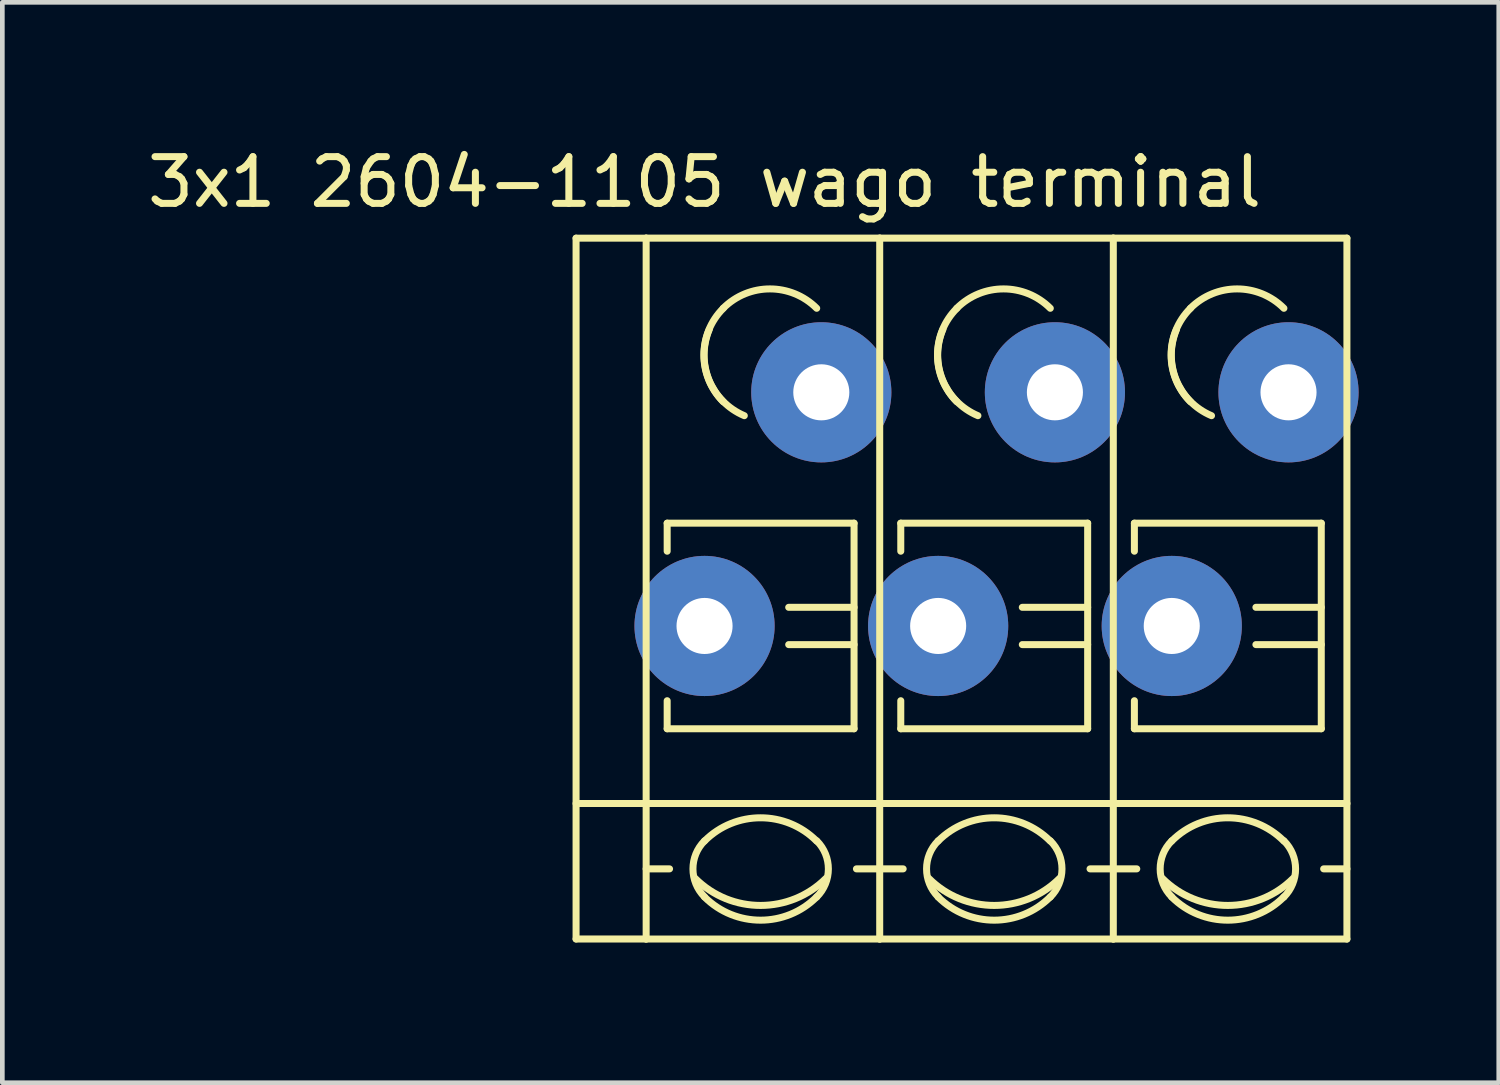
<source format=kicad_pcb>
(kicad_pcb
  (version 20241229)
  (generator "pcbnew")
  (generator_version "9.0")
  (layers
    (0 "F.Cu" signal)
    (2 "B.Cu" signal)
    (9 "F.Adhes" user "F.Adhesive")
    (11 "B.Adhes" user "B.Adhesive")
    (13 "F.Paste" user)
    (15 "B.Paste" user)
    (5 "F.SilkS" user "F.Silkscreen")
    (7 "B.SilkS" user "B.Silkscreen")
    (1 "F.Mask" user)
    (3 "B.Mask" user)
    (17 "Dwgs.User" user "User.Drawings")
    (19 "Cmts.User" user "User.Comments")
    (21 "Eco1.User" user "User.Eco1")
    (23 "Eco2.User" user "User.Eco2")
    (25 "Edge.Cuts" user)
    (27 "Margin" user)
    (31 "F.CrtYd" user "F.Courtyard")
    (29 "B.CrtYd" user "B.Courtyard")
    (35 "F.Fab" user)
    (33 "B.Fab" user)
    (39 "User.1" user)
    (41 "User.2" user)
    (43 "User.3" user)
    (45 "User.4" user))
  (footprint "3x1 2604-1105 wago terminal"
    (layer "F.Cu")
    (at 12.03 10.348)
    (property "Reference" "3x1 2604-1105 wago terminal" (at 0 -9.5 0) (layer "F.SilkS") (effects (font (size 1 1) (thickness 0.15))))
    (attr through_hole)
    (fp_line (start -2.75 -8.3) (end -1.25 -8.3) (stroke (width 0.15) (type solid)) (layer "F.SilkS"))
    (fp_line (start -2.75 6.7) (end -2.75 -8.3) (stroke (width 0.15) (type solid)) (layer "F.SilkS"))
    (fp_line (start -1.25 6.7) (end -2.75 6.7) (stroke (width 0.15) (type solid)) (layer "F.SilkS"))
    (fp_line (start -1.25 5.199) (end -0.749 5.199) (stroke (width 0.15) (type solid)) (layer "F.SilkS"))
    (fp_line (start -1.25 6.701) (end -1.25 -8.301) (stroke (width 0.15) (type solid)) (layer "F.SilkS"))
    (fp_line (start -0.8 -2.2) (end -0.8 -1.6) (stroke (width 0.15) (type solid)) (layer "F.SilkS"))
    (fp_line (start -0.8 -2.2) (end 3.2 -2.2) (stroke (width 0.15) (type solid)) (layer "F.SilkS"))
    (fp_line (start -0.8 2.2) (end -0.8 1.6) (stroke (width 0.15) (type solid)) (layer "F.SilkS"))
    (fp_line (start 3.2 -2.2) (end 3.2 2.2) (stroke (width 0.15) (type solid)) (layer "F.SilkS"))
    (fp_line (start 3.2 -0.399) (end 1.801 -0.399) (stroke (width 0.15) (type solid)) (layer "F.SilkS"))
    (fp_line (start 3.2 0.399) (end 1.801 0.399) (stroke (width 0.15) (type solid)) (layer "F.SilkS"))
    (fp_line (start 3.2 2.2) (end -0.8 2.2) (stroke (width 0.15) (type solid)) (layer "F.SilkS"))
    (fp_line (start 3.749 -8.301) (end -1.25 -8.301) (stroke (width 0.15) (type solid)) (layer "F.SilkS"))
    (fp_line (start 3.749 -8.301) (end 3.749 6.701) (stroke (width 0.15) (type solid)) (layer "F.SilkS"))
    (fp_line (start 3.749 5.199) (end 3.251 5.199) (stroke (width 0.15) (type solid)) (layer "F.SilkS"))
    (fp_line (start 3.749 6.701) (end -1.25 6.701) (stroke (width 0.15) (type solid)) (layer "F.SilkS"))
    (fp_line (start 3.75 3.8) (end -2.75 3.8) (stroke (width 0.15) (type solid)) (layer "F.SilkS"))
    (fp_line (start 3.75 3.8) (end 8.75 3.8) (stroke (width 0.15) (type solid)) (layer "F.SilkS"))
    (fp_line (start 3.75 5.199) (end 4.251 5.199) (stroke (width 0.15) (type solid)) (layer "F.SilkS"))
    (fp_line (start 4.2 -2.2) (end 4.2 -1.6) (stroke (width 0.15) (type solid)) (layer "F.SilkS"))
    (fp_line (start 4.2 -2.2) (end 8.2 -2.2) (stroke (width 0.15) (type solid)) (layer "F.SilkS"))
    (fp_line (start 4.2 2.2) (end 4.2 1.6) (stroke (width 0.15) (type solid)) (layer "F.SilkS"))
    (fp_line (start 8.2 -2.2) (end 8.2 2.2) (stroke (width 0.15) (type solid)) (layer "F.SilkS"))
    (fp_line (start 8.2 -0.399) (end 6.801 -0.399) (stroke (width 0.15) (type solid)) (layer "F.SilkS"))
    (fp_line (start 8.2 0.399) (end 6.801 0.399) (stroke (width 0.15) (type solid)) (layer "F.SilkS"))
    (fp_line (start 8.2 2.2) (end 4.2 2.2) (stroke (width 0.15) (type solid)) (layer "F.SilkS"))
    (fp_line (start 8.749 -8.301) (end 3.75 -8.301) (stroke (width 0.15) (type solid)) (layer "F.SilkS"))
    (fp_line (start 8.749 -8.301) (end 8.749 6.701) (stroke (width 0.15) (type solid)) (layer "F.SilkS"))
    (fp_line (start 8.749 5.199) (end 8.251 5.199) (stroke (width 0.15) (type solid)) (layer "F.SilkS"))
    (fp_line (start 8.749 6.701) (end 3.75 6.701) (stroke (width 0.15) (type solid)) (layer "F.SilkS"))
    (fp_line (start 8.75 3.8) (end 13.75 3.8) (stroke (width 0.15) (type solid)) (layer "F.SilkS"))
    (fp_line (start 8.75 5.199) (end 9.251 5.199) (stroke (width 0.15) (type solid)) (layer "F.SilkS"))
    (fp_line (start 9.2 -2.2) (end 9.2 -1.6) (stroke (width 0.15) (type solid)) (layer "F.SilkS"))
    (fp_line (start 9.2 -2.2) (end 13.2 -2.2) (stroke (width 0.15) (type solid)) (layer "F.SilkS"))
    (fp_line (start 9.2 2.2) (end 9.2 1.6) (stroke (width 0.15) (type solid)) (layer "F.SilkS"))
    (fp_line (start 13.2 -2.2) (end 13.2 2.2) (stroke (width 0.15) (type solid)) (layer "F.SilkS"))
    (fp_line (start 13.2 -0.399) (end 11.801 -0.399) (stroke (width 0.15) (type solid)) (layer "F.SilkS"))
    (fp_line (start 13.2 0.399) (end 11.801 0.399) (stroke (width 0.15) (type solid)) (layer "F.SilkS"))
    (fp_line (start 13.2 2.2) (end 9.2 2.2) (stroke (width 0.15) (type solid)) (layer "F.SilkS"))
    (fp_line (start 13.749 -8.301) (end 8.75 -8.301) (stroke (width 0.15) (type solid)) (layer "F.SilkS"))
    (fp_line (start 13.749 -8.301) (end 13.749 6.701) (stroke (width 0.15) (type solid)) (layer "F.SilkS"))
    (fp_line (start 13.749 5.199) (end 13.251 5.199) (stroke (width 0.15) (type solid)) (layer "F.SilkS"))
    (fp_line (start 13.749 6.701) (end 8.75 6.701) (stroke (width 0.15) (type solid)) (layer "F.SilkS"))
    (fp_arc (start 0 4.60248) (mid 1.19888 4.105888) (end 2.39776 4.60248) (stroke (width 0.15) (type solid)) (layer "F.SilkS"))
    (fp_arc (start 0 5.79882) (mid -0.248296 5.19938) (end 0 4.59994) (stroke (width 0.15) (type solid)) (layer "F.SilkS"))
    (fp_arc (start 0.39878 -6.79958) (mid 1.39954 -7.214108) (end 2.4003 -6.79958) (stroke (width 0.15) (type solid)) (layer "F.SilkS"))
    (fp_arc (start 0.39878 -4.8006) (mid -0.013952 -5.800616) (end 0.40132 -6.79958) (stroke (width 0.15) (type solid)) (layer "F.SilkS"))
    (fp_arc (start 0.8509 -4.50088) (mid 0.093811 -5.268985) (end 0.1016 -6.34746) (stroke (width 0.15) (type solid)) (layer "F.SilkS"))
    (fp_arc (start 2.4003 5.79882) (mid 1.200676 6.297208) (end 0 5.80136) (stroke (width 0.15) (type solid)) (layer "F.SilkS"))
    (fp_arc (start 2.40284 4.59994) (mid 2.650392 5.201176) (end 2.4003 5.80136) (stroke (width 0.15) (type solid)) (layer "F.SilkS"))
    (fp_arc (start 2.60096 5.40004) (mid 1.200676 5.981545) (end -0.20066 5.40258) (stroke (width 0.15) (type solid)) (layer "F.SilkS"))
    (fp_arc (start 5 4.60248) (mid 6.19888 4.105888) (end 7.39776 4.60248) (stroke (width 0.15) (type solid)) (layer "F.SilkS"))
    (fp_arc (start 5 5.79882) (mid 4.751704 5.19938) (end 5 4.59994) (stroke (width 0.15) (type solid)) (layer "F.SilkS"))
    (fp_arc (start 5.39878 -6.79958) (mid 6.39954 -7.214108) (end 7.4003 -6.79958) (stroke (width 0.15) (type solid)) (layer "F.SilkS"))
    (fp_arc (start 5.39878 -4.8006) (mid 4.986048 -5.800616) (end 5.40132 -6.79958) (stroke (width 0.15) (type solid)) (layer "F.SilkS"))
    (fp_arc (start 5.8509 -4.50088) (mid 5.093811 -5.268985) (end 5.1016 -6.34746) (stroke (width 0.15) (type solid)) (layer "F.SilkS"))
    (fp_arc (start 7.4003 5.79882) (mid 6.200676 6.297208) (end 5 5.80136) (stroke (width 0.15) (type solid)) (layer "F.SilkS"))
    (fp_arc (start 7.40284 4.59994) (mid 7.650392 5.201176) (end 7.4003 5.80136) (stroke (width 0.15) (type solid)) (layer "F.SilkS"))
    (fp_arc (start 7.60096 5.40004) (mid 6.200676 5.981545) (end 4.79934 5.40258) (stroke (width 0.15) (type solid)) (layer "F.SilkS"))
    (fp_arc (start 10 4.60248) (mid 11.19888 4.105888) (end 12.39776 4.60248) (stroke (width 0.15) (type solid)) (layer "F.SilkS"))
    (fp_arc (start 10 5.79882) (mid 9.751704 5.19938) (end 10 4.59994) (stroke (width 0.15) (type solid)) (layer "F.SilkS"))
    (fp_arc (start 10.39878 -6.79958) (mid 11.39954 -7.214108) (end 12.4003 -6.79958) (stroke (width 0.15) (type solid)) (layer "F.SilkS"))
    (fp_arc (start 10.39878 -4.8006) (mid 9.986048 -5.800616) (end 10.40132 -6.79958) (stroke (width 0.15) (type solid)) (layer "F.SilkS"))
    (fp_arc (start 10.8509 -4.50088) (mid 10.093811 -5.268985) (end 10.1016 -6.34746) (stroke (width 0.15) (type solid)) (layer "F.SilkS"))
    (fp_arc (start 12.4003 5.79882) (mid 11.200676 6.297208) (end 10 5.80136) (stroke (width 0.15) (type solid)) (layer "F.SilkS"))
    (fp_arc (start 12.40284 4.59994) (mid 12.650392 5.201176) (end 12.4003 5.80136) (stroke (width 0.15) (type solid)) (layer "F.SilkS"))
    (fp_arc (start 12.60096 5.40004) (mid 11.200676 5.981545) (end 9.79934 5.40258) (stroke (width 0.15) (type solid)) (layer "F.SilkS"))
    (pad "1" thru_hole circle (at 0 0) (size 3 3) (drill 1.2) (layers "*.Cu" "*.Mask"))
    (pad "1" thru_hole circle (at 2.499 -5.001) (size 3 3) (drill 1.2) (layers "*.Cu" "*.Mask"))
    (pad "2" thru_hole circle (at 5 0) (size 3 3) (drill 1.2) (layers "*.Cu" "*.Mask"))
    (pad "2" thru_hole circle (at 7.499 -5.001) (size 3 3) (drill 1.2) (layers "*.Cu" "*.Mask"))
    (pad "3" thru_hole circle (at 10 0) (size 3 3) (drill 1.2) (layers "*.Cu" "*.Mask"))
    (pad "3" thru_hole circle (at 12.499 -5.001) (size 3 3) (drill 1.2) (layers "*.Cu" "*.Mask")))
  (gr_rect
    (start -3 -3)
    (end 29.029 20.124)
    (stroke (width 0.1) (type default))
    (fill no)
    (layer "Edge.Cuts")))
</source>
